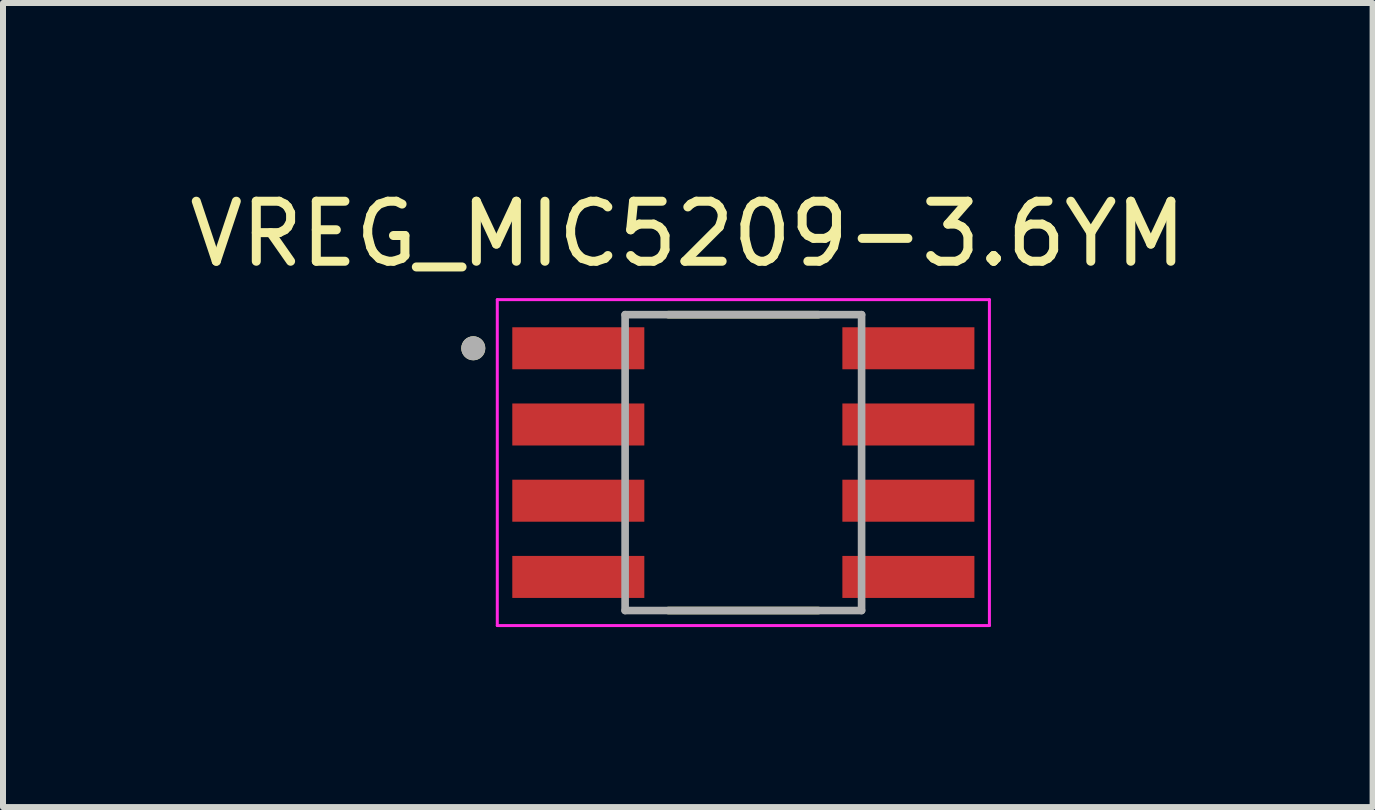
<source format=kicad_pcb>
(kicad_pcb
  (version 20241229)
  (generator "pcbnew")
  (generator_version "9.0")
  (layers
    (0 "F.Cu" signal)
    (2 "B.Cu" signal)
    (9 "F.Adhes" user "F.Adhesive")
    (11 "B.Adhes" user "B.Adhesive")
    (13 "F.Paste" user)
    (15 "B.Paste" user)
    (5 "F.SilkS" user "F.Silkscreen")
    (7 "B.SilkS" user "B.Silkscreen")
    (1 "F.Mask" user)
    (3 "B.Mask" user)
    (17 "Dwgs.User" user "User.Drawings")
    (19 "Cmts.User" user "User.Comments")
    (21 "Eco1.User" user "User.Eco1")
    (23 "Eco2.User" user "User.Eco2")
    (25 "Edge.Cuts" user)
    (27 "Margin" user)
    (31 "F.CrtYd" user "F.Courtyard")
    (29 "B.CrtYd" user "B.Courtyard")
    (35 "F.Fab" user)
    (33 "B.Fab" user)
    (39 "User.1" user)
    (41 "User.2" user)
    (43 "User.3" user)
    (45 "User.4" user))
  (footprint "VREG_MIC5209-3.6YM"
    (layer "F.Cu")
    (at 9.336 4.658)
    (property "Reference" "VREG_MIC5209-3.6YM" (at -0.925 -3.81 0) (layer "F.SilkS") (effects (font (size 1 1) (thickness 0.15))))
    (attr smd)
    (fp_line (start -1.25 -2.465) (end 1.25 -2.465) (stroke (width 0.127) (type solid)) (layer "F.SilkS"))
    (fp_line (start 1.25 2.465) (end -1.25 2.465) (stroke (width 0.127) (type solid)) (layer "F.SilkS"))
    (fp_circle (center -4.5 -1.905) (end -4.4 -1.905) (stroke (width 0.2) (type solid)) (fill no) (layer "F.SilkS"))
    (fp_line (start -4.1 -2.715) (end 4.1 -2.715) (stroke (width 0.05) (type solid)) (layer "F.CrtYd"))
    (fp_line (start -4.1 2.715) (end -4.1 -2.715) (stroke (width 0.05) (type solid)) (layer "F.CrtYd"))
    (fp_line (start 4.1 -2.715) (end 4.1 2.715) (stroke (width 0.05) (type solid)) (layer "F.CrtYd"))
    (fp_line (start 4.1 2.715) (end -4.1 2.715) (stroke (width 0.05) (type solid)) (layer "F.CrtYd"))
    (fp_line (start -1.97 -2.465) (end 1.97 -2.465) (stroke (width 0.127) (type solid)) (layer "F.Fab"))
    (fp_line (start -1.97 2.465) (end -1.97 -2.465) (stroke (width 0.127) (type solid)) (layer "F.Fab"))
    (fp_line (start 1.97 -2.465) (end 1.97 2.465) (stroke (width 0.127) (type solid)) (layer "F.Fab"))
    (fp_line (start 1.97 2.465) (end -1.97 2.465) (stroke (width 0.127) (type solid)) (layer "F.Fab"))
    (fp_circle (center -4.5 -1.905) (end -4.4 -1.905) (stroke (width 0.2) (type solid)) (fill no) (layer "F.Fab"))
    (pad "1" smd rect (at -2.75 -1.905) (size 2.2 0.7) (layers "F.Cu" "F.Mask" "F.Paste"))
    (pad "2" smd rect (at -2.75 -0.635) (size 2.2 0.7) (layers "F.Cu" "F.Mask" "F.Paste"))
    (pad "3" smd rect (at -2.75 0.635) (size 2.2 0.7) (layers "F.Cu" "F.Mask" "F.Paste"))
    (pad "4" smd rect (at -2.75 1.905) (size 2.2 0.7) (layers "F.Cu" "F.Mask" "F.Paste"))
    (pad "5" smd rect (at 2.75 1.905) (size 2.2 0.7) (layers "F.Cu" "F.Mask" "F.Paste"))
    (pad "6" smd rect (at 2.75 0.635) (size 2.2 0.7) (layers "F.Cu" "F.Mask" "F.Paste"))
    (pad "7" smd rect (at 2.75 -0.635) (size 2.2 0.7) (layers "F.Cu" "F.Mask" "F.Paste"))
    (pad "8" smd rect (at 2.75 -1.905) (size 2.2 0.7) (layers "F.Cu" "F.Mask" "F.Paste")))
  (gr_rect
    (start -3 -3)
    (end 19.821 10.398)
    (stroke (width 0.1) (type default))
    (fill no)
    (layer "Edge.Cuts")))
</source>
